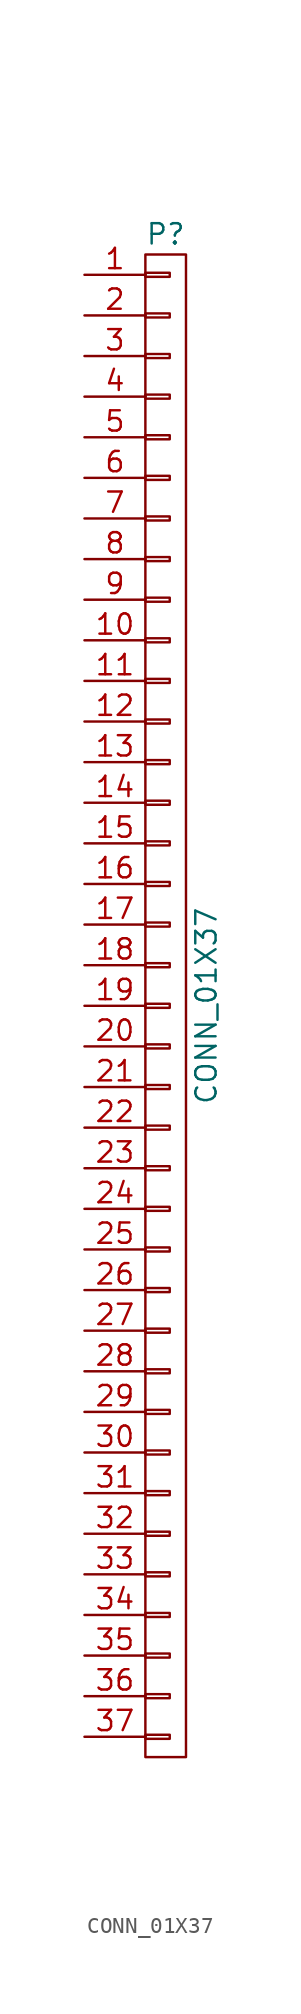
<source format=kicad_sym>
(kicad_symbol_lib
  (version 20211014)
  (generator kicad_symbol_editor)
  (symbol "CONN_01X37"
    (pin_names
      (offset 1.016) hide)
    (property "Reference" "P"
      (at 0 48.26 0)
      (effects (font (size 1.27 1.27))))
    (property "Value" "CONN_01X37"
      (at 2.54 0 90)
      (effects (font (size 1.27 1.27))))
    (property "Footprint" ""
      (at 0 0 0)
      (effects (font (size 1.27 1.27))))
    (property "Datasheet" ""
      (at 0 0 0)
      (effects (font (size 1.27 1.27))))
    (symbol "CONN_01X37_0_1"
      (rectangle (start -1.27 -46.99) (end 1.27 46.99) (stroke (width 0) (type default) (color 0 0 0 0)) (fill (type none)))
      (rectangle (start -1.27 -45.593) (end 0.254 -45.847) (stroke (width 0) (type default) (color 0 0 0 0)) (fill (type none)))
      (rectangle (start -1.27 -43.053) (end 0.254 -43.307) (stroke (width 0) (type default) (color 0 0 0 0)) (fill (type none)))
      (rectangle (start -1.27 -40.513) (end 0.254 -40.767) (stroke (width 0) (type default) (color 0 0 0 0)) (fill (type none)))
      (rectangle (start -1.27 -37.973) (end 0.254 -38.227) (stroke (width 0) (type default) (color 0 0 0 0)) (fill (type none)))
      (rectangle (start -1.27 -35.433) (end 0.254 -35.687) (stroke (width 0) (type default) (color 0 0 0 0)) (fill (type none)))
      (rectangle (start -1.27 -32.893) (end 0.254 -33.147) (stroke (width 0) (type default) (color 0 0 0 0)) (fill (type none)))
      (rectangle (start -1.27 -30.353) (end 0.254 -30.607) (stroke (width 0) (type default) (color 0 0 0 0)) (fill (type none)))
      (rectangle (start -1.27 -27.813) (end 0.254 -28.067) (stroke (width 0) (type default) (color 0 0 0 0)) (fill (type none)))
      (rectangle (start -1.27 -25.273) (end 0.254 -25.527) (stroke (width 0) (type default) (color 0 0 0 0)) (fill (type none)))
      (rectangle (start -1.27 -22.733) (end 0.254 -22.987) (stroke (width 0) (type default) (color 0 0 0 0)) (fill (type none)))
      (rectangle (start -1.27 -20.193) (end 0.254 -20.447) (stroke (width 0) (type default) (color 0 0 0 0)) (fill (type none)))
      (rectangle (start -1.27 -17.653) (end 0.254 -17.907) (stroke (width 0) (type default) (color 0 0 0 0)) (fill (type none)))
      (rectangle (start -1.27 -15.113) (end 0.254 -15.367) (stroke (width 0) (type default) (color 0 0 0 0)) (fill (type none)))
      (rectangle (start -1.27 -12.573) (end 0.254 -12.827) (stroke (width 0) (type default) (color 0 0 0 0)) (fill (type none)))
      (rectangle (start -1.27 -10.033) (end 0.254 -10.287) (stroke (width 0) (type default) (color 0 0 0 0)) (fill (type none)))
      (rectangle (start -1.27 -7.493) (end 0.254 -7.747) (stroke (width 0) (type default) (color 0 0 0 0)) (fill (type none)))
      (rectangle (start -1.27 -4.953) (end 0.254 -5.207) (stroke (width 0) (type default) (color 0 0 0 0)) (fill (type none)))
      (rectangle (start -1.27 -2.413) (end 0.254 -2.667) (stroke (width 0) (type default) (color 0 0 0 0)) (fill (type none)))
      (rectangle (start -1.27 0.127) (end 0.254 -0.127) (stroke (width 0) (type default) (color 0 0 0 0)) (fill (type none)))
      (rectangle (start -1.27 2.667) (end 0.254 2.413) (stroke (width 0) (type default) (color 0 0 0 0)) (fill (type none)))
      (rectangle (start -1.27 5.207) (end 0.254 4.953) (stroke (width 0) (type default) (color 0 0 0 0)) (fill (type none)))
      (rectangle (start -1.27 7.747) (end 0.254 7.493) (stroke (width 0) (type default) (color 0 0 0 0)) (fill (type none)))
      (rectangle (start -1.27 10.287) (end 0.254 10.033) (stroke (width 0) (type default) (color 0 0 0 0)) (fill (type none)))
      (rectangle (start -1.27 12.827) (end 0.254 12.573) (stroke (width 0) (type default) (color 0 0 0 0)) (fill (type none)))
      (rectangle (start -1.27 15.367) (end 0.254 15.113) (stroke (width 0) (type default) (color 0 0 0 0)) (fill (type none)))
      (rectangle (start -1.27 17.907) (end 0.254 17.653) (stroke (width 0) (type default) (color 0 0 0 0)) (fill (type none)))
      (rectangle (start -1.27 20.447) (end 0.254 20.193) (stroke (width 0) (type default) (color 0 0 0 0)) (fill (type none)))
      (rectangle (start -1.27 22.987) (end 0.254 22.733) (stroke (width 0) (type default) (color 0 0 0 0)) (fill (type none)))
      (rectangle (start -1.27 25.527) (end 0.254 25.273) (stroke (width 0) (type default) (color 0 0 0 0)) (fill (type none)))
      (rectangle (start -1.27 28.067) (end 0.254 27.813) (stroke (width 0) (type default) (color 0 0 0 0)) (fill (type none)))
      (rectangle (start -1.27 30.607) (end 0.254 30.353) (stroke (width 0) (type default) (color 0 0 0 0)) (fill (type none)))
      (rectangle (start -1.27 33.147) (end 0.254 32.893) (stroke (width 0) (type default) (color 0 0 0 0)) (fill (type none)))
      (rectangle (start -1.27 35.687) (end 0.254 35.433) (stroke (width 0) (type default) (color 0 0 0 0)) (fill (type none)))
      (rectangle (start -1.27 38.227) (end 0.254 37.973) (stroke (width 0) (type default) (color 0 0 0 0)) (fill (type none)))
      (rectangle (start -1.27 40.767) (end 0.254 40.513) (stroke (width 0) (type default) (color 0 0 0 0)) (fill (type none)))
      (rectangle (start -1.27 43.307) (end 0.254 43.053) (stroke (width 0) (type default) (color 0 0 0 0)) (fill (type none)))
      (rectangle (start -1.27 45.847) (end 0.254 45.593) (stroke (width 0) (type default) (color 0 0 0 0)) (fill (type none))))
    (symbol "CONN_01X37_1_1"
      (pin passive line (at -5.08 45.72 0) (length 3.81) (name "P1" (effects (font (size 1.27 1.27)))) (number "1" (effects (font (size 1.27 1.27)))))
      (pin passive line (at -5.08 22.86 0) (length 3.81) (name "P10" (effects (font (size 1.27 1.27)))) (number "10" (effects (font (size 1.27 1.27)))))
      (pin passive line (at -5.08 20.32 0) (length 3.81) (name "P11" (effects (font (size 1.27 1.27)))) (number "11" (effects (font (size 1.27 1.27)))))
      (pin passive line (at -5.08 17.78 0) (length 3.81) (name "P12" (effects (font (size 1.27 1.27)))) (number "12" (effects (font (size 1.27 1.27)))))
      (pin passive line (at -5.08 15.24 0) (length 3.81) (name "P13" (effects (font (size 1.27 1.27)))) (number "13" (effects (font (size 1.27 1.27)))))
      (pin passive line (at -5.08 12.7 0) (length 3.81) (name "P14" (effects (font (size 1.27 1.27)))) (number "14" (effects (font (size 1.27 1.27)))))
      (pin passive line (at -5.08 10.16 0) (length 3.81) (name "P15" (effects (font (size 1.27 1.27)))) (number "15" (effects (font (size 1.27 1.27)))))
      (pin passive line (at -5.08 7.62 0) (length 3.81) (name "P16" (effects (font (size 1.27 1.27)))) (number "16" (effects (font (size 1.27 1.27)))))
      (pin passive line (at -5.08 5.08 0) (length 3.81) (name "P17" (effects (font (size 1.27 1.27)))) (number "17" (effects (font (size 1.27 1.27)))))
      (pin passive line (at -5.08 2.54 0) (length 3.81) (name "P18" (effects (font (size 1.27 1.27)))) (number "18" (effects (font (size 1.27 1.27)))))
      (pin passive line (at -5.08 0 0) (length 3.81) (name "P19" (effects (font (size 1.27 1.27)))) (number "19" (effects (font (size 1.27 1.27)))))
      (pin passive line (at -5.08 43.18 0) (length 3.81) (name "P2" (effects (font (size 1.27 1.27)))) (number "2" (effects (font (size 1.27 1.27)))))
      (pin passive line (at -5.08 -2.54 0) (length 3.81) (name "P20" (effects (font (size 1.27 1.27)))) (number "20" (effects (font (size 1.27 1.27)))))
      (pin passive line (at -5.08 -5.08 0) (length 3.81) (name "P21" (effects (font (size 1.27 1.27)))) (number "21" (effects (font (size 1.27 1.27)))))
      (pin passive line (at -5.08 -7.62 0) (length 3.81) (name "P22" (effects (font (size 1.27 1.27)))) (number "22" (effects (font (size 1.27 1.27)))))
      (pin passive line (at -5.08 -10.16 0) (length 3.81) (name "P23" (effects (font (size 1.27 1.27)))) (number "23" (effects (font (size 1.27 1.27)))))
      (pin passive line (at -5.08 -12.7 0) (length 3.81) (name "P24" (effects (font (size 1.27 1.27)))) (number "24" (effects (font (size 1.27 1.27)))))
      (pin passive line (at -5.08 -15.24 0) (length 3.81) (name "P25" (effects (font (size 1.27 1.27)))) (number "25" (effects (font (size 1.27 1.27)))))
      (pin passive line (at -5.08 -17.78 0) (length 3.81) (name "P26" (effects (font (size 1.27 1.27)))) (number "26" (effects (font (size 1.27 1.27)))))
      (pin passive line (at -5.08 -20.32 0) (length 3.81) (name "P27" (effects (font (size 1.27 1.27)))) (number "27" (effects (font (size 1.27 1.27)))))
      (pin passive line (at -5.08 -22.86 0) (length 3.81) (name "P28" (effects (font (size 1.27 1.27)))) (number "28" (effects (font (size 1.27 1.27)))))
      (pin passive line (at -5.08 -25.4 0) (length 3.81) (name "P29" (effects (font (size 1.27 1.27)))) (number "29" (effects (font (size 1.27 1.27)))))
      (pin passive line (at -5.08 40.64 0) (length 3.81) (name "P3" (effects (font (size 1.27 1.27)))) (number "3" (effects (font (size 1.27 1.27)))))
      (pin passive line (at -5.08 -27.94 0) (length 3.81) (name "P30" (effects (font (size 1.27 1.27)))) (number "30" (effects (font (size 1.27 1.27)))))
      (pin passive line (at -5.08 -30.48 0) (length 3.81) (name "P31" (effects (font (size 1.27 1.27)))) (number "31" (effects (font (size 1.27 1.27)))))
      (pin passive line (at -5.08 -33.02 0) (length 3.81) (name "P32" (effects (font (size 1.27 1.27)))) (number "32" (effects (font (size 1.27 1.27)))))
      (pin passive line (at -5.08 -35.56 0) (length 3.81) (name "P33" (effects (font (size 1.27 1.27)))) (number "33" (effects (font (size 1.27 1.27)))))
      (pin passive line (at -5.08 -38.1 0) (length 3.81) (name "P34" (effects (font (size 1.27 1.27)))) (number "34" (effects (font (size 1.27 1.27)))))
      (pin passive line (at -5.08 -40.64 0) (length 3.81) (name "P35" (effects (font (size 1.27 1.27)))) (number "35" (effects (font (size 1.27 1.27)))))
      (pin passive line (at -5.08 -43.18 0) (length 3.81) (name "P36" (effects (font (size 1.27 1.27)))) (number "36" (effects (font (size 1.27 1.27)))))
      (pin passive line (at -5.08 -45.72 0) (length 3.81) (name "P37" (effects (font (size 1.27 1.27)))) (number "37" (effects (font (size 1.27 1.27)))))
      (pin passive line (at -5.08 38.1 0) (length 3.81) (name "P4" (effects (font (size 1.27 1.27)))) (number "4" (effects (font (size 1.27 1.27)))))
      (pin passive line (at -5.08 35.56 0) (length 3.81) (name "P5" (effects (font (size 1.27 1.27)))) (number "5" (effects (font (size 1.27 1.27)))))
      (pin passive line (at -5.08 33.02 0) (length 3.81) (name "P6" (effects (font (size 1.27 1.27)))) (number "6" (effects (font (size 1.27 1.27)))))
      (pin passive line (at -5.08 30.48 0) (length 3.81) (name "P7" (effects (font (size 1.27 1.27)))) (number "7" (effects (font (size 1.27 1.27)))))
      (pin passive line (at -5.08 27.94 0) (length 3.81) (name "P8" (effects (font (size 1.27 1.27)))) (number "8" (effects (font (size 1.27 1.27)))))
      (pin passive line (at -5.08 25.4 0) (length 3.81) (name "P9" (effects (font (size 1.27 1.27)))) (number "9" (effects (font (size 1.27 1.27))))))))
</source>
